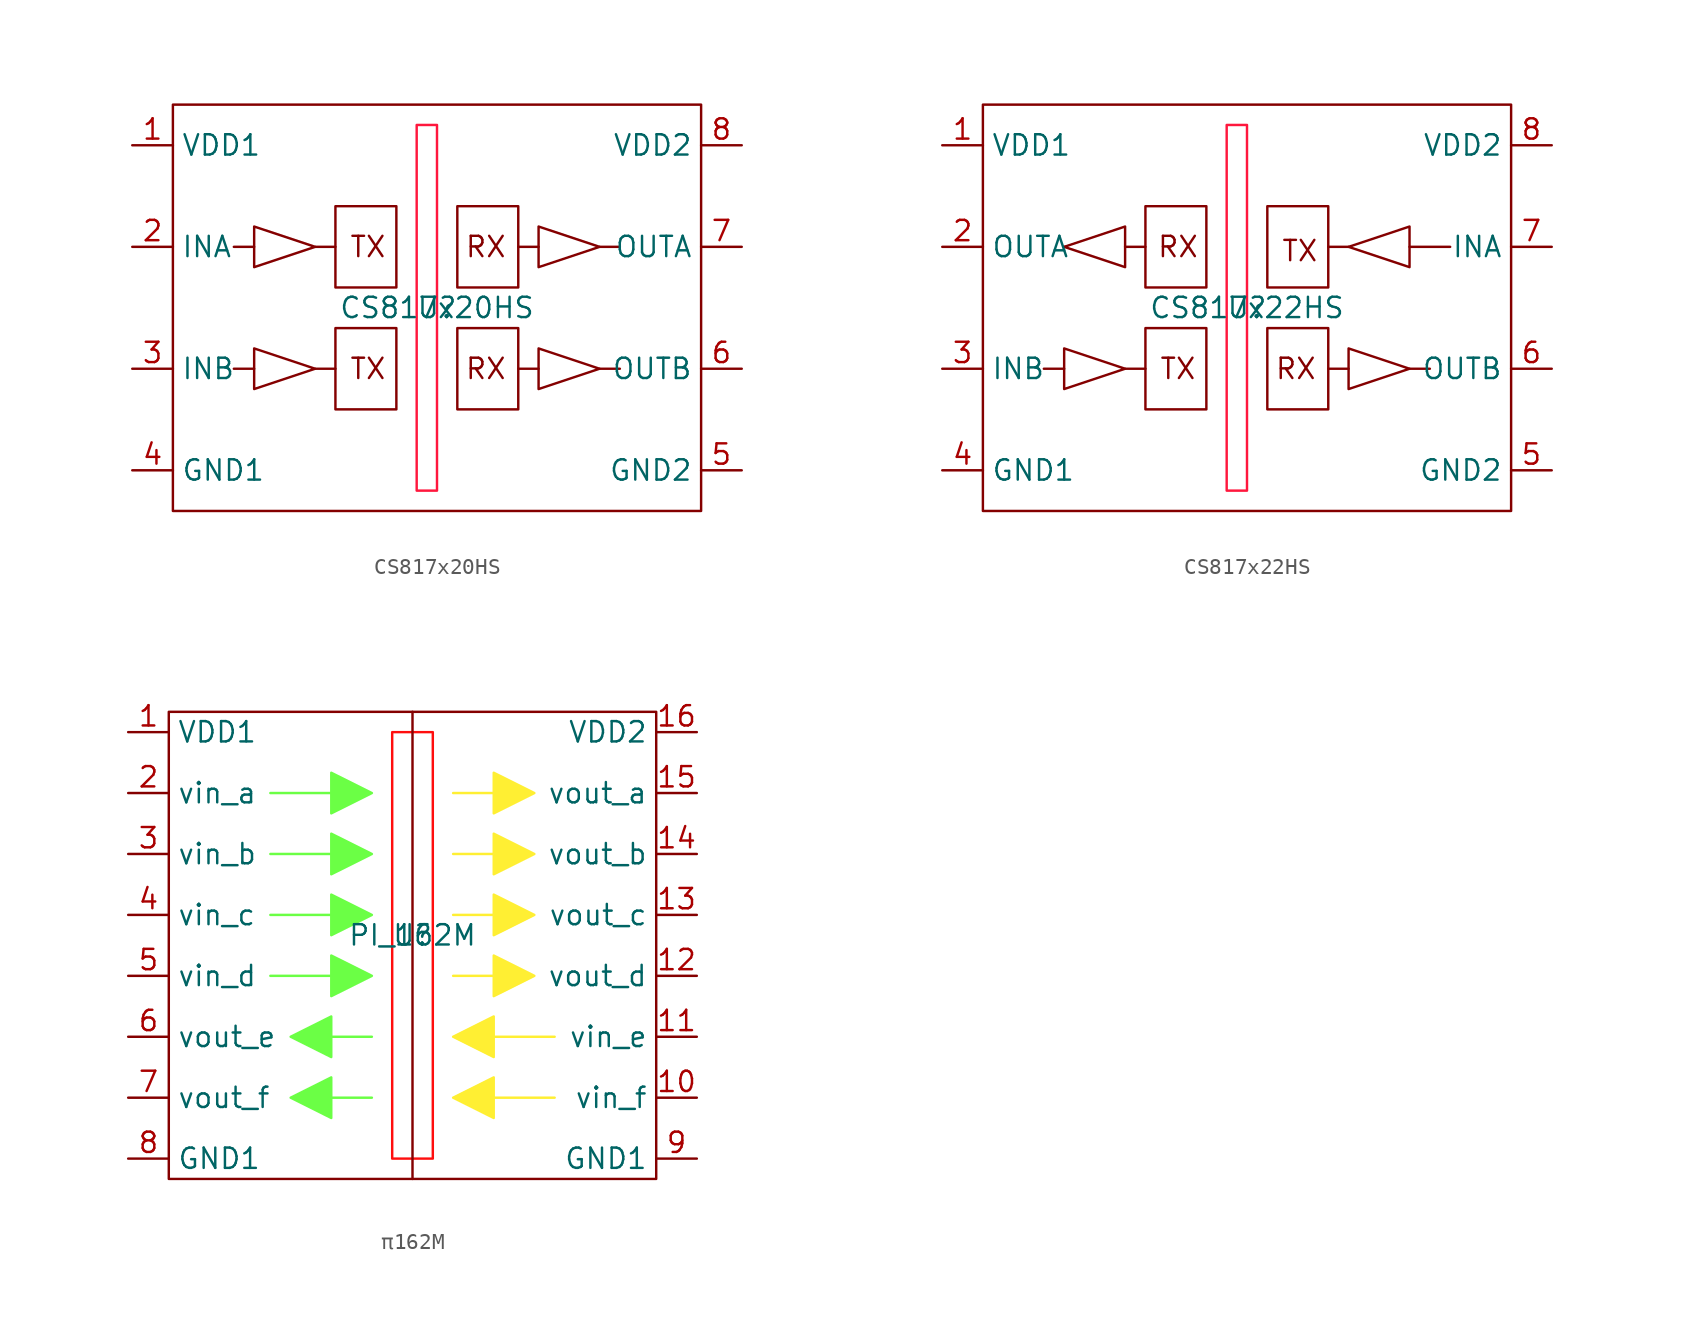
<source format=kicad_sym>
(kicad_symbol_lib
  (version 20241209)
  (generator "kicad_symbol_editor")
  (generator_version "9.0")
  (symbol "CS817x20HS"
    (property "Reference" "U"
      (at 0 0 0)
      (effects (font (size 1.27 1.27))))
    (property "Value" "CS817x20HS"
      (at 0 0 0)
      (effects (font (size 1.27 1.27))))
    (symbol "CS817x20HS_0_1"
      (rectangle (start -16.51 12.7) (end 16.51 -12.7) (stroke (width 0) (type default)) (fill (type none)))
      (polyline (pts (xy -11.43 3.81) (xy -12.7 3.81)) (stroke (width 0) (type default)) (fill (type none)))
      (polyline (pts (xy -11.43 -3.81) (xy -12.7 -3.81)) (stroke (width 0) (type default)) (fill (type none)))
      (polyline (pts (xy -7.62 3.81) (xy -11.43 2.54) (xy -11.43 5.08) (xy -7.62 3.81)) (stroke (width 0) (type default)) (fill (type none)))
      (polyline (pts (xy -7.62 -3.81) (xy -11.43 -5.08) (xy -11.43 -2.54) (xy -7.62 -3.81)) (stroke (width 0) (type default)) (fill (type none)))
      (polyline (pts (xy -6.35 3.81) (xy -7.62 3.81)) (stroke (width 0) (type default)) (fill (type none)))
      (polyline (pts (xy -6.35 -3.81) (xy -7.62 -3.81)) (stroke (width 0) (type default)) (fill (type none)))
      (polyline (pts (xy -2.54 6.35) (xy -2.54 1.27) (xy -6.35 1.27) (xy -6.35 6.35) (xy -2.54 6.35)) (stroke (width 0) (type default)) (fill (type none)))
      (polyline (pts (xy -2.54 -1.27) (xy -2.54 -6.35) (xy -6.35 -6.35) (xy -6.35 -1.27) (xy -2.54 -1.27)) (stroke (width 0) (type default)) (fill (type none)))
      (polyline (pts (xy 5.08 6.35) (xy 5.08 1.27) (xy 1.27 1.27) (xy 1.27 6.35) (xy 5.08 6.35)) (stroke (width 0) (type default)) (fill (type none)))
      (polyline (pts (xy 5.08 -1.27) (xy 5.08 -6.35) (xy 1.27 -6.35) (xy 1.27 -1.27) (xy 5.08 -1.27)) (stroke (width 0) (type default)) (fill (type none)))
      (polyline (pts (xy 6.35 3.81) (xy 5.08 3.81)) (stroke (width 0) (type default)) (fill (type none)))
      (polyline (pts (xy 6.35 -3.81) (xy 5.08 -3.81)) (stroke (width 0) (type default)) (fill (type none)))
      (polyline (pts (xy 10.16 3.81) (xy 11.43 3.81)) (stroke (width 0) (type default)) (fill (type none)))
      (polyline (pts (xy 10.16 3.81) (xy 6.35 2.54) (xy 6.35 5.08) (xy 10.16 3.81)) (stroke (width 0) (type default)) (fill (type none)))
      (polyline (pts (xy 10.16 -3.81) (xy 11.43 -3.81)) (stroke (width 0) (type default)) (fill (type none)))
      (polyline (pts (xy 10.16 -3.81) (xy 6.35 -2.54) (xy 6.35 -5.08) (xy 10.16 -3.81)) (stroke (width 0) (type default)) (fill (type none))))
    (symbol "CS817x20HS_1_1"
      (rectangle (start -1.27 11.43) (end 0 -11.43) (stroke (width 0) (type solid) (color 255 23 61 1)) (fill (type none)))
      (text "TX" (at -4.318 3.81 0) (effects (font (size 1.27 1.27))))
      (text "TX" (at -4.318 -3.81 0) (effects (font (size 1.27 1.27))))
      (text "RX" (at 3.048 3.81 0) (effects (font (size 1.27 1.27))))
      (text "RX" (at 3.048 -3.81 0) (effects (font (size 1.27 1.27))))
      (pin power_in line (at -19.05 10.16 0) (length 2.54) (name "VDD1" (effects (font (size 1.27 1.27)))) (number "1" (effects (font (size 1.27 1.27)))))
      (pin input line (at -19.05 3.81 0) (length 2.54) (name "INA" (effects (font (size 1.27 1.27)))) (number "2" (effects (font (size 1.27 1.27)))))
      (pin input line (at -19.05 -3.81 0) (length 2.54) (name "INB" (effects (font (size 1.27 1.27)))) (number "3" (effects (font (size 1.27 1.27)))))
      (pin power_in line (at -19.05 -10.16 0) (length 2.54) (name "GND1" (effects (font (size 1.27 1.27)))) (number "4" (effects (font (size 1.27 1.27)))))
      (pin power_in line (at 19.05 10.16 180) (length 2.54) (name "VDD2" (effects (font (size 1.27 1.27)))) (number "8" (effects (font (size 1.27 1.27)))))
      (pin output line (at 19.05 3.81 180) (length 2.54) (name "OUTA" (effects (font (size 1.27 1.27)))) (number "7" (effects (font (size 1.27 1.27)))))
      (pin output line (at 19.05 -3.81 180) (length 2.54) (name "OUTB" (effects (font (size 1.27 1.27)))) (number "6" (effects (font (size 1.27 1.27)))))
      (pin power_in line (at 19.05 -10.16 180) (length 2.54) (name "GND2" (effects (font (size 1.27 1.27)))) (number "5" (effects (font (size 1.27 1.27)))))))
  (symbol "CS817x22HS"
    (property "Reference" "U"
      (at 0 0 0)
      (effects (font (size 1.27 1.27))))
    (property "Value" "CS817x22HS"
      (at 0 0 0)
      (effects (font (size 1.27 1.27))))
    (symbol "CS817x22HS_0_1"
      (rectangle (start -16.51 12.7) (end 16.51 -12.7) (stroke (width 0) (type default)) (fill (type none)))
      (polyline (pts (xy -11.43 3.81) (xy -11.43 3.81)) (stroke (width 0) (type default)) (fill (type none)))
      (polyline (pts (xy -11.43 3.81) (xy -7.62 5.08) (xy -7.62 2.54) (xy -11.43 3.81)) (stroke (width 0) (type default)) (fill (type none)))
      (polyline (pts (xy -11.43 -3.81) (xy -12.7 -3.81)) (stroke (width 0) (type default)) (fill (type none)))
      (polyline (pts (xy -7.62 -3.81) (xy -11.43 -5.08) (xy -11.43 -2.54) (xy -7.62 -3.81)) (stroke (width 0) (type default)) (fill (type none)))
      (polyline (pts (xy -6.35 3.81) (xy -7.62 3.81)) (stroke (width 0) (type default)) (fill (type none)))
      (polyline (pts (xy -6.35 -3.81) (xy -7.62 -3.81)) (stroke (width 0) (type default)) (fill (type none)))
      (polyline (pts (xy -2.54 6.35) (xy -2.54 1.27) (xy -6.35 1.27) (xy -6.35 6.35) (xy -2.54 6.35)) (stroke (width 0) (type default)) (fill (type none)))
      (polyline (pts (xy -2.54 -1.27) (xy -2.54 -6.35) (xy -6.35 -6.35) (xy -6.35 -1.27) (xy -2.54 -1.27)) (stroke (width 0) (type default)) (fill (type none)))
      (polyline (pts (xy 5.08 6.35) (xy 5.08 1.27) (xy 1.27 1.27) (xy 1.27 6.35) (xy 5.08 6.35)) (stroke (width 0) (type default)) (fill (type none)))
      (polyline (pts (xy 5.08 -1.27) (xy 5.08 -6.35) (xy 1.27 -6.35) (xy 1.27 -1.27) (xy 5.08 -1.27)) (stroke (width 0) (type default)) (fill (type none)))
      (polyline (pts (xy 6.35 3.81) (xy 5.08 3.81)) (stroke (width 0) (type default)) (fill (type none)))
      (polyline (pts (xy 6.35 3.81) (xy 10.16 5.08) (xy 10.16 2.54) (xy 6.35 3.81)) (stroke (width 0) (type default)) (fill (type none)))
      (polyline (pts (xy 6.35 -3.81) (xy 5.08 -3.81)) (stroke (width 0) (type default)) (fill (type none)))
      (polyline (pts (xy 10.16 3.81) (xy 12.7 3.81)) (stroke (width 0) (type default)) (fill (type none)))
      (polyline (pts (xy 10.16 -3.81) (xy 11.43 -3.81)) (stroke (width 0) (type default)) (fill (type none)))
      (polyline (pts (xy 10.16 -3.81) (xy 6.35 -2.54) (xy 6.35 -5.08) (xy 10.16 -3.81)) (stroke (width 0) (type default)) (fill (type none))))
    (symbol "CS817x22HS_1_1"
      (rectangle (start -1.27 11.43) (end 0 -11.43) (stroke (width 0) (type solid) (color 255 23 61 1)) (fill (type none)))
      (text "RX" (at -4.318 3.81 0) (effects (font (size 1.27 1.27))))
      (text "TX" (at -4.318 -3.81 0) (effects (font (size 1.27 1.27))))
      (text "RX" (at 3.048 -3.81 0) (effects (font (size 1.27 1.27))))
      (text "TX" (at 3.302 3.556 0) (effects (font (size 1.27 1.27))))
      (pin power_in line (at -19.05 10.16 0) (length 2.54) (name "VDD1" (effects (font (size 1.27 1.27)))) (number "1" (effects (font (size 1.27 1.27)))))
      (pin input line (at -19.05 3.81 0) (length 2.54) (name "OUTA" (effects (font (size 1.27 1.27)))) (number "2" (effects (font (size 1.27 1.27)))))
      (pin input line (at -19.05 -3.81 0) (length 2.54) (name "INB" (effects (font (size 1.27 1.27)))) (number "3" (effects (font (size 1.27 1.27)))))
      (pin power_in line (at -19.05 -10.16 0) (length 2.54) (name "GND1" (effects (font (size 1.27 1.27)))) (number "4" (effects (font (size 1.27 1.27)))))
      (pin power_in line (at 19.05 10.16 180) (length 2.54) (name "VDD2" (effects (font (size 1.27 1.27)))) (number "8" (effects (font (size 1.27 1.27)))))
      (pin input line (at 19.05 3.81 180) (length 2.54) (name "INA" (effects (font (size 1.27 1.27)))) (number "7" (effects (font (size 1.27 1.27)))))
      (pin output line (at 19.05 -3.81 180) (length 2.54) (name "OUTB" (effects (font (size 1.27 1.27)))) (number "6" (effects (font (size 1.27 1.27)))))
      (pin power_in line (at 19.05 -10.16 180) (length 2.54) (name "GND2" (effects (font (size 1.27 1.27)))) (number "5" (effects (font (size 1.27 1.27)))))))
  (symbol "π162M"
    (property "Reference" "U"
      (at 0 0 0)
      (effects (font (size 1.27 1.27))))
    (property "Value" "PI_162M"
      (at 0 0 0)
      (effects (font (size 1.27 1.27))))
    (symbol "π162M_0_1"
      (rectangle (start -15.24 13.97) (end 15.24 -15.24) (stroke (width 0) (type default)) (fill (type none))))
    (symbol "π162M_1_1"
      (polyline (pts (xy -7.62 -6.35) (xy -5.08 -7.62) (xy -5.08 -5.08) (xy -7.62 -6.35)) (stroke (width 0) (type solid) (color 107 255 69 1)) (fill (type color) (color 107 255 69 1)))
      (polyline (pts (xy -7.62 -10.16) (xy -5.08 -11.43) (xy -5.08 -8.89) (xy -7.62 -10.16)) (stroke (width 0) (type solid) (color 107 255 69 1)) (fill (type color) (color 107 255 69 1)))
      (polyline (pts (xy -5.08 8.89) (xy -8.89 8.89)) (stroke (width 0) (type solid) (color 107 255 69 1)) (fill (type none)))
      (polyline (pts (xy -5.08 5.08) (xy -8.89 5.08)) (stroke (width 0) (type solid) (color 107 255 69 1)) (fill (type none)))
      (polyline (pts (xy -5.08 1.27) (xy -8.89 1.27)) (stroke (width 0) (type solid) (color 107 255 69 1)) (fill (type none)))
      (polyline (pts (xy -5.08 -2.54) (xy -8.89 -2.54)) (stroke (width 0) (type solid) (color 107 255 69 1)) (fill (type none)))
      (polyline (pts (xy -5.08 -6.35) (xy -2.54 -6.35)) (stroke (width 0) (type solid) (color 107 255 69 1)) (fill (type none)))
      (polyline (pts (xy -5.08 -10.16) (xy -2.54 -10.16)) (stroke (width 0) (type solid) (color 107 255 69 1)) (fill (type none)))
      (polyline (pts (xy -2.54 8.89) (xy -5.08 10.16) (xy -5.08 7.62) (xy -2.54 8.89)) (stroke (width 0) (type solid) (color 107 255 69 1)) (fill (type color) (color 107 255 69 1)))
      (polyline (pts (xy -2.54 5.08) (xy -5.08 6.35) (xy -5.08 3.81) (xy -2.54 5.08)) (stroke (width 0) (type solid) (color 107 255 69 1)) (fill (type color) (color 107 255 69 1)))
      (polyline (pts (xy -2.54 1.27) (xy -5.08 2.54) (xy -5.08 0) (xy -2.54 1.27)) (stroke (width 0) (type solid) (color 107 255 69 1)) (fill (type color) (color 107 255 69 1)))
      (polyline (pts (xy -2.54 -2.54) (xy -5.08 -1.27) (xy -5.08 -3.81) (xy -2.54 -2.54)) (stroke (width 0) (type solid) (color 107 255 69 1)) (fill (type color) (color 107 255 69 1)))
      (rectangle (start -1.27 12.7) (end 1.27 -13.97) (stroke (width 0) (type solid) (color 255 14 14 1)) (fill (type none)))
      (polyline (pts (xy 0 13.97) (xy 0 -15.24)) (stroke (width 0) (type default)) (fill (type none)))
      (polyline (pts (xy 2.54 -6.35) (xy 5.08 -7.62) (xy 5.08 -5.08) (xy 2.54 -6.35)) (stroke (width 0) (type solid) (color 255 239 51 1)) (fill (type color) (color 255 239 51 1)))
      (polyline (pts (xy 2.54 -10.16) (xy 5.08 -11.43) (xy 5.08 -8.89) (xy 2.54 -10.16)) (stroke (width 0) (type solid) (color 255 239 51 1)) (fill (type color) (color 255 239 51 1)))
      (polyline (pts (xy 5.08 8.89) (xy 2.54 8.89)) (stroke (width 0) (type solid) (color 255 239 51 1)) (fill (type none)))
      (polyline (pts (xy 5.08 5.08) (xy 2.54 5.08)) (stroke (width 0) (type solid) (color 255 239 51 1)) (fill (type none)))
      (polyline (pts (xy 5.08 1.27) (xy 2.54 1.27)) (stroke (width 0) (type solid) (color 255 239 51 1)) (fill (type none)))
      (polyline (pts (xy 5.08 -2.54) (xy 2.54 -2.54)) (stroke (width 0) (type solid) (color 255 239 51 1)) (fill (type none)))
      (polyline (pts (xy 5.08 -6.35) (xy 8.89 -6.35)) (stroke (width 0) (type solid) (color 255 239 51 1)) (fill (type none)))
      (polyline (pts (xy 5.08 -10.16) (xy 8.89 -10.16)) (stroke (width 0) (type solid) (color 255 239 51 1)) (fill (type none)))
      (polyline (pts (xy 7.62 8.89) (xy 5.08 10.16) (xy 5.08 7.62) (xy 7.62 8.89)) (stroke (width 0) (type solid) (color 255 239 51 1)) (fill (type color) (color 255 239 51 1)))
      (polyline (pts (xy 7.62 5.08) (xy 5.08 6.35) (xy 5.08 3.81) (xy 7.62 5.08)) (stroke (width 0) (type solid) (color 255 239 51 1)) (fill (type color) (color 255 239 51 1)))
      (polyline (pts (xy 7.62 1.27) (xy 5.08 2.54) (xy 5.08 0) (xy 7.62 1.27)) (stroke (width 0) (type solid) (color 255 239 51 1)) (fill (type color) (color 255 239 51 1)))
      (polyline (pts (xy 7.62 -2.54) (xy 5.08 -1.27) (xy 5.08 -3.81) (xy 7.62 -2.54)) (stroke (width 0) (type solid) (color 255 239 51 1)) (fill (type color) (color 255 239 51 1)))
      (pin power_in line (at -17.78 12.7 0) (length 2.54) (name "VDD1" (effects (font (size 1.27 1.27)))) (number "1" (effects (font (size 1.27 1.27)))))
      (pin input line (at -17.78 8.89 0) (length 2.54) (name "vin_a" (effects (font (size 1.27 1.27)))) (number "2" (effects (font (size 1.27 1.27)))))
      (pin input line (at -17.78 5.08 0) (length 2.54) (name "vin_b" (effects (font (size 1.27 1.27)))) (number "3" (effects (font (size 1.27 1.27)))))
      (pin input line (at -17.78 1.27 0) (length 2.54) (name "vin_c" (effects (font (size 1.27 1.27)))) (number "4" (effects (font (size 1.27 1.27)))))
      (pin input line (at -17.78 -2.54 0) (length 2.54) (name "vin_d" (effects (font (size 1.27 1.27)))) (number "5" (effects (font (size 1.27 1.27)))))
      (pin output line (at -17.78 -6.35 0) (length 2.54) (name "vout_e" (effects (font (size 1.27 1.27)))) (number "6" (effects (font (size 1.27 1.27)))))
      (pin output line (at -17.78 -10.16 0) (length 2.54) (name "vout_f" (effects (font (size 1.27 1.27)))) (number "7" (effects (font (size 1.27 1.27)))))
      (pin power_in line (at -17.78 -13.97 0) (length 2.54) (name "GND1" (effects (font (size 1.27 1.27)))) (number "8" (effects (font (size 1.27 1.27)))))
      (pin power_in line (at 17.78 12.7 180) (length 2.54) (name "VDD2" (effects (font (size 1.27 1.27)))) (number "16" (effects (font (size 1.27 1.27)))))
      (pin output line (at 17.78 8.89 180) (length 2.54) (name "vout_a" (effects (font (size 1.27 1.27)))) (number "15" (effects (font (size 1.27 1.27)))))
      (pin output line (at 17.78 5.08 180) (length 2.54) (name "vout_b" (effects (font (size 1.27 1.27)))) (number "14" (effects (font (size 1.27 1.27)))))
      (pin output line (at 17.78 1.27 180) (length 2.54) (name "vout_c" (effects (font (size 1.27 1.27)))) (number "13" (effects (font (size 1.27 1.27)))))
      (pin output line (at 17.78 -2.54 180) (length 2.54) (name "vout_d" (effects (font (size 1.27 1.27)))) (number "12" (effects (font (size 1.27 1.27)))))
      (pin input line (at 17.78 -6.35 180) (length 2.54) (name "vin_e" (effects (font (size 1.27 1.27)))) (number "11" (effects (font (size 1.27 1.27)))))
      (pin input line (at 17.78 -10.16 180) (length 2.54) (name "vin_f" (effects (font (size 1.27 1.27)))) (number "10" (effects (font (size 1.27 1.27)))))
      (pin power_in line (at 17.78 -13.97 180) (length 2.54) (name "GND1" (effects (font (size 1.27 1.27)))) (number "9" (effects (font (size 1.27 1.27))))))))
</source>
